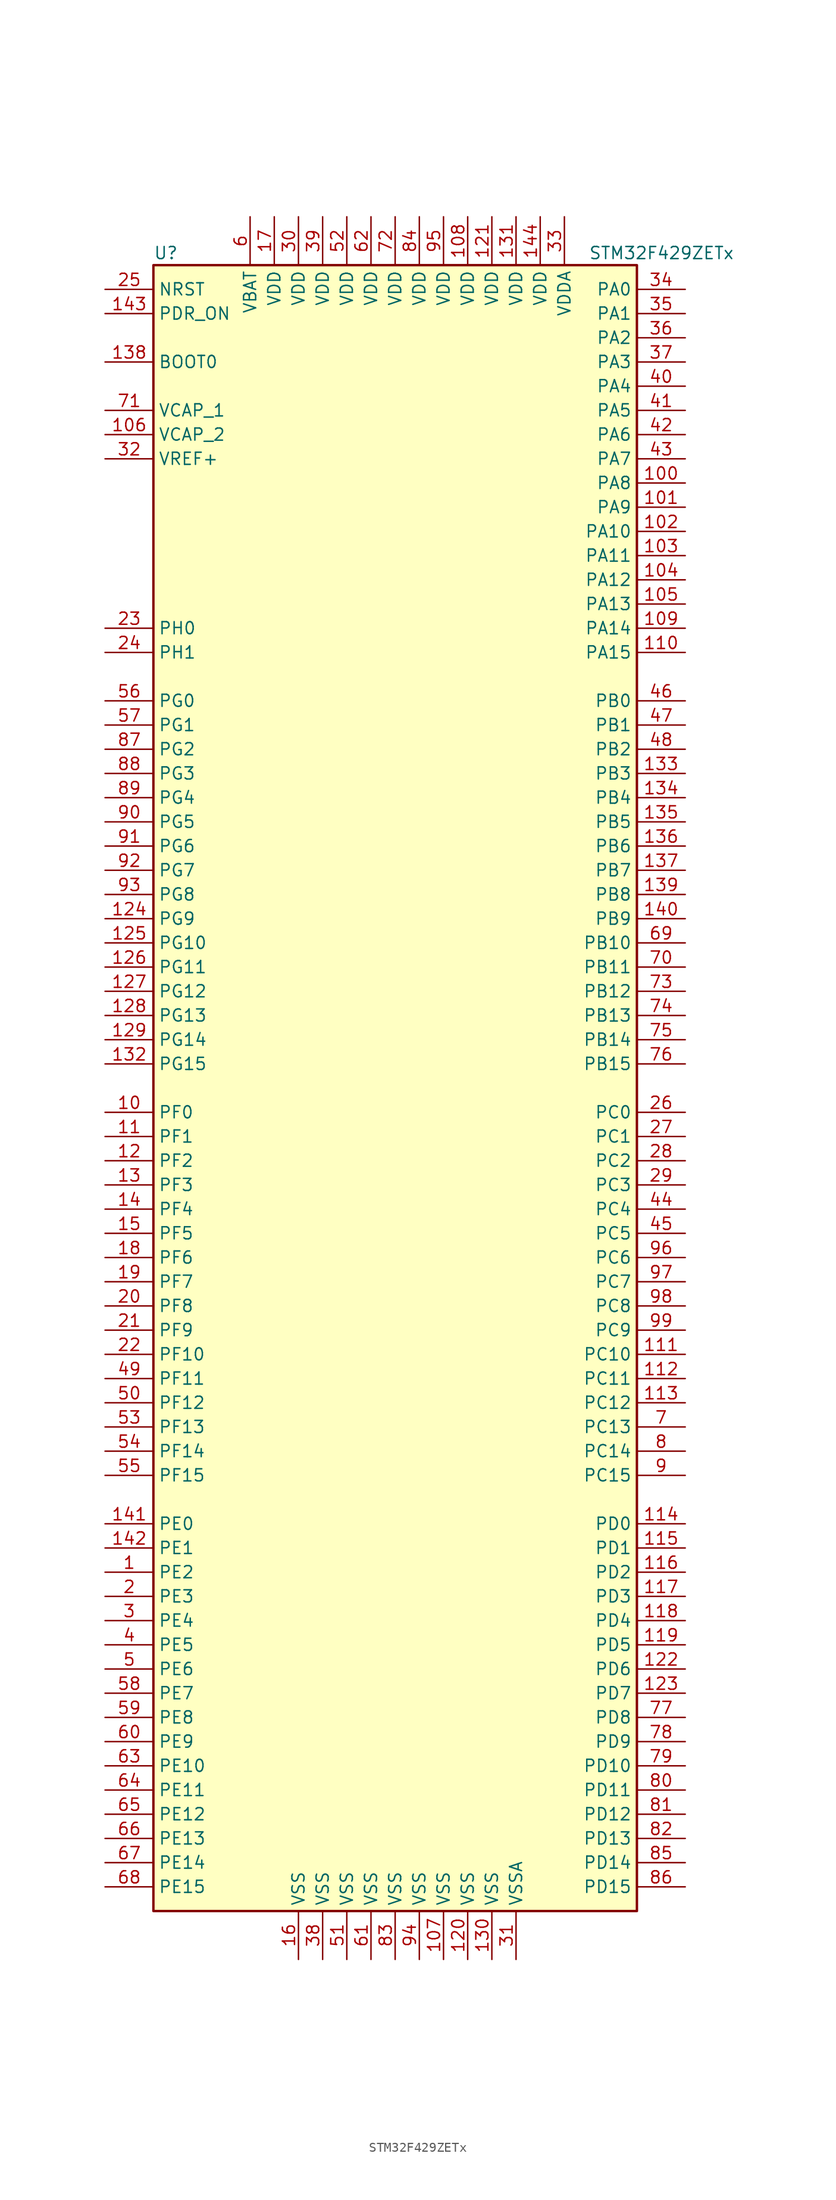
<source format=kicad_sym>
(kicad_symbol_lib
  (version 20201005)
  (generator kicad_symbol_editor)
  (symbol "STM32F429ZETx"
    (property "Reference" "U"
      (at -25.4 87.63 0)
      (effects (font (size 1.27 1.27)) (justify left)))
    (property "Value" "STM32F429ZETx"
      (at 20.32 87.63 0)
      (effects (font (size 1.27 1.27)) (justify left)))
    (symbol "STM32F429ZETx_0_1"
      (rectangle (start -25.4 -86.36) (end 25.4 86.36) (stroke (width 0.254)) (fill (type background))))
    (symbol "STM32F429ZETx_1_1"
      (pin input line (at -30.48 76.2 0) (length 5.08) (name "BOOT0" (effects (font (size 1.27 1.27)))) (number "138" (effects (font (size 1.27 1.27)))))
      (pin input line (at -30.48 83.82 0) (length 5.08) (name "NRST" (effects (font (size 1.27 1.27)))) (number "25" (effects (font (size 1.27 1.27)))))
      (pin bidirectional line (at 30.48 83.82 180) (length 5.08) (name "PA0" (effects (font (size 1.27 1.27)))) (number "34" (effects (font (size 1.27 1.27)))))
      (pin bidirectional line (at 30.48 81.28 180) (length 5.08) (name "PA1" (effects (font (size 1.27 1.27)))) (number "35" (effects (font (size 1.27 1.27)))))
      (pin bidirectional line (at 30.48 58.42 180) (length 5.08) (name "PA10" (effects (font (size 1.27 1.27)))) (number "102" (effects (font (size 1.27 1.27)))))
      (pin bidirectional line (at 30.48 55.88 180) (length 5.08) (name "PA11" (effects (font (size 1.27 1.27)))) (number "103" (effects (font (size 1.27 1.27)))))
      (pin bidirectional line (at 30.48 53.34 180) (length 5.08) (name "PA12" (effects (font (size 1.27 1.27)))) (number "104" (effects (font (size 1.27 1.27)))))
      (pin bidirectional line (at 30.48 50.8 180) (length 5.08) (name "PA13" (effects (font (size 1.27 1.27)))) (number "105" (effects (font (size 1.27 1.27)))))
      (pin bidirectional line (at 30.48 48.26 180) (length 5.08) (name "PA14" (effects (font (size 1.27 1.27)))) (number "109" (effects (font (size 1.27 1.27)))))
      (pin bidirectional line (at 30.48 45.72 180) (length 5.08) (name "PA15" (effects (font (size 1.27 1.27)))) (number "110" (effects (font (size 1.27 1.27)))))
      (pin bidirectional line (at 30.48 78.74 180) (length 5.08) (name "PA2" (effects (font (size 1.27 1.27)))) (number "36" (effects (font (size 1.27 1.27)))))
      (pin bidirectional line (at 30.48 76.2 180) (length 5.08) (name "PA3" (effects (font (size 1.27 1.27)))) (number "37" (effects (font (size 1.27 1.27)))))
      (pin bidirectional line (at 30.48 73.66 180) (length 5.08) (name "PA4" (effects (font (size 1.27 1.27)))) (number "40" (effects (font (size 1.27 1.27)))))
      (pin bidirectional line (at 30.48 71.12 180) (length 5.08) (name "PA5" (effects (font (size 1.27 1.27)))) (number "41" (effects (font (size 1.27 1.27)))))
      (pin bidirectional line (at 30.48 68.58 180) (length 5.08) (name "PA6" (effects (font (size 1.27 1.27)))) (number "42" (effects (font (size 1.27 1.27)))))
      (pin bidirectional line (at 30.48 66.04 180) (length 5.08) (name "PA7" (effects (font (size 1.27 1.27)))) (number "43" (effects (font (size 1.27 1.27)))))
      (pin bidirectional line (at 30.48 63.5 180) (length 5.08) (name "PA8" (effects (font (size 1.27 1.27)))) (number "100" (effects (font (size 1.27 1.27)))))
      (pin bidirectional line (at 30.48 60.96 180) (length 5.08) (name "PA9" (effects (font (size 1.27 1.27)))) (number "101" (effects (font (size 1.27 1.27)))))
      (pin bidirectional line (at 30.48 40.64 180) (length 5.08) (name "PB0" (effects (font (size 1.27 1.27)))) (number "46" (effects (font (size 1.27 1.27)))))
      (pin bidirectional line (at 30.48 38.1 180) (length 5.08) (name "PB1" (effects (font (size 1.27 1.27)))) (number "47" (effects (font (size 1.27 1.27)))))
      (pin bidirectional line (at 30.48 15.24 180) (length 5.08) (name "PB10" (effects (font (size 1.27 1.27)))) (number "69" (effects (font (size 1.27 1.27)))))
      (pin bidirectional line (at 30.48 12.7 180) (length 5.08) (name "PB11" (effects (font (size 1.27 1.27)))) (number "70" (effects (font (size 1.27 1.27)))))
      (pin bidirectional line (at 30.48 10.16 180) (length 5.08) (name "PB12" (effects (font (size 1.27 1.27)))) (number "73" (effects (font (size 1.27 1.27)))))
      (pin bidirectional line (at 30.48 7.62 180) (length 5.08) (name "PB13" (effects (font (size 1.27 1.27)))) (number "74" (effects (font (size 1.27 1.27)))))
      (pin bidirectional line (at 30.48 5.08 180) (length 5.08) (name "PB14" (effects (font (size 1.27 1.27)))) (number "75" (effects (font (size 1.27 1.27)))))
      (pin bidirectional line (at 30.48 2.54 180) (length 5.08) (name "PB15" (effects (font (size 1.27 1.27)))) (number "76" (effects (font (size 1.27 1.27)))))
      (pin bidirectional line (at 30.48 35.56 180) (length 5.08) (name "PB2" (effects (font (size 1.27 1.27)))) (number "48" (effects (font (size 1.27 1.27)))))
      (pin bidirectional line (at 30.48 33.02 180) (length 5.08) (name "PB3" (effects (font (size 1.27 1.27)))) (number "133" (effects (font (size 1.27 1.27)))))
      (pin bidirectional line (at 30.48 30.48 180) (length 5.08) (name "PB4" (effects (font (size 1.27 1.27)))) (number "134" (effects (font (size 1.27 1.27)))))
      (pin bidirectional line (at 30.48 27.94 180) (length 5.08) (name "PB5" (effects (font (size 1.27 1.27)))) (number "135" (effects (font (size 1.27 1.27)))))
      (pin bidirectional line (at 30.48 25.4 180) (length 5.08) (name "PB6" (effects (font (size 1.27 1.27)))) (number "136" (effects (font (size 1.27 1.27)))))
      (pin bidirectional line (at 30.48 22.86 180) (length 5.08) (name "PB7" (effects (font (size 1.27 1.27)))) (number "137" (effects (font (size 1.27 1.27)))))
      (pin bidirectional line (at 30.48 20.32 180) (length 5.08) (name "PB8" (effects (font (size 1.27 1.27)))) (number "139" (effects (font (size 1.27 1.27)))))
      (pin bidirectional line (at 30.48 17.78 180) (length 5.08) (name "PB9" (effects (font (size 1.27 1.27)))) (number "140" (effects (font (size 1.27 1.27)))))
      (pin bidirectional line (at 30.48 -2.54 180) (length 5.08) (name "PC0" (effects (font (size 1.27 1.27)))) (number "26" (effects (font (size 1.27 1.27)))))
      (pin bidirectional line (at 30.48 -5.08 180) (length 5.08) (name "PC1" (effects (font (size 1.27 1.27)))) (number "27" (effects (font (size 1.27 1.27)))))
      (pin bidirectional line (at 30.48 -27.94 180) (length 5.08) (name "PC10" (effects (font (size 1.27 1.27)))) (number "111" (effects (font (size 1.27 1.27)))))
      (pin bidirectional line (at 30.48 -30.48 180) (length 5.08) (name "PC11" (effects (font (size 1.27 1.27)))) (number "112" (effects (font (size 1.27 1.27)))))
      (pin bidirectional line (at 30.48 -33.02 180) (length 5.08) (name "PC12" (effects (font (size 1.27 1.27)))) (number "113" (effects (font (size 1.27 1.27)))))
      (pin bidirectional line (at 30.48 -35.56 180) (length 5.08) (name "PC13" (effects (font (size 1.27 1.27)))) (number "7" (effects (font (size 1.27 1.27)))))
      (pin bidirectional line (at 30.48 -38.1 180) (length 5.08) (name "PC14" (effects (font (size 1.27 1.27)))) (number "8" (effects (font (size 1.27 1.27)))))
      (pin bidirectional line (at 30.48 -40.64 180) (length 5.08) (name "PC15" (effects (font (size 1.27 1.27)))) (number "9" (effects (font (size 1.27 1.27)))))
      (pin bidirectional line (at 30.48 -7.62 180) (length 5.08) (name "PC2" (effects (font (size 1.27 1.27)))) (number "28" (effects (font (size 1.27 1.27)))))
      (pin bidirectional line (at 30.48 -10.16 180) (length 5.08) (name "PC3" (effects (font (size 1.27 1.27)))) (number "29" (effects (font (size 1.27 1.27)))))
      (pin bidirectional line (at 30.48 -12.7 180) (length 5.08) (name "PC4" (effects (font (size 1.27 1.27)))) (number "44" (effects (font (size 1.27 1.27)))))
      (pin bidirectional line (at 30.48 -15.24 180) (length 5.08) (name "PC5" (effects (font (size 1.27 1.27)))) (number "45" (effects (font (size 1.27 1.27)))))
      (pin bidirectional line (at 30.48 -17.78 180) (length 5.08) (name "PC6" (effects (font (size 1.27 1.27)))) (number "96" (effects (font (size 1.27 1.27)))))
      (pin bidirectional line (at 30.48 -20.32 180) (length 5.08) (name "PC7" (effects (font (size 1.27 1.27)))) (number "97" (effects (font (size 1.27 1.27)))))
      (pin bidirectional line (at 30.48 -22.86 180) (length 5.08) (name "PC8" (effects (font (size 1.27 1.27)))) (number "98" (effects (font (size 1.27 1.27)))))
      (pin bidirectional line (at 30.48 -25.4 180) (length 5.08) (name "PC9" (effects (font (size 1.27 1.27)))) (number "99" (effects (font (size 1.27 1.27)))))
      (pin bidirectional line (at 30.48 -45.72 180) (length 5.08) (name "PD0" (effects (font (size 1.27 1.27)))) (number "114" (effects (font (size 1.27 1.27)))))
      (pin bidirectional line (at 30.48 -48.26 180) (length 5.08) (name "PD1" (effects (font (size 1.27 1.27)))) (number "115" (effects (font (size 1.27 1.27)))))
      (pin bidirectional line (at 30.48 -71.12 180) (length 5.08) (name "PD10" (effects (font (size 1.27 1.27)))) (number "79" (effects (font (size 1.27 1.27)))))
      (pin bidirectional line (at 30.48 -73.66 180) (length 5.08) (name "PD11" (effects (font (size 1.27 1.27)))) (number "80" (effects (font (size 1.27 1.27)))))
      (pin bidirectional line (at 30.48 -76.2 180) (length 5.08) (name "PD12" (effects (font (size 1.27 1.27)))) (number "81" (effects (font (size 1.27 1.27)))))
      (pin bidirectional line (at 30.48 -78.74 180) (length 5.08) (name "PD13" (effects (font (size 1.27 1.27)))) (number "82" (effects (font (size 1.27 1.27)))))
      (pin bidirectional line (at 30.48 -81.28 180) (length 5.08) (name "PD14" (effects (font (size 1.27 1.27)))) (number "85" (effects (font (size 1.27 1.27)))))
      (pin bidirectional line (at 30.48 -83.82 180) (length 5.08) (name "PD15" (effects (font (size 1.27 1.27)))) (number "86" (effects (font (size 1.27 1.27)))))
      (pin bidirectional line (at 30.48 -50.8 180) (length 5.08) (name "PD2" (effects (font (size 1.27 1.27)))) (number "116" (effects (font (size 1.27 1.27)))))
      (pin bidirectional line (at 30.48 -53.34 180) (length 5.08) (name "PD3" (effects (font (size 1.27 1.27)))) (number "117" (effects (font (size 1.27 1.27)))))
      (pin bidirectional line (at 30.48 -55.88 180) (length 5.08) (name "PD4" (effects (font (size 1.27 1.27)))) (number "118" (effects (font (size 1.27 1.27)))))
      (pin bidirectional line (at 30.48 -58.42 180) (length 5.08) (name "PD5" (effects (font (size 1.27 1.27)))) (number "119" (effects (font (size 1.27 1.27)))))
      (pin bidirectional line (at 30.48 -60.96 180) (length 5.08) (name "PD6" (effects (font (size 1.27 1.27)))) (number "122" (effects (font (size 1.27 1.27)))))
      (pin bidirectional line (at 30.48 -63.5 180) (length 5.08) (name "PD7" (effects (font (size 1.27 1.27)))) (number "123" (effects (font (size 1.27 1.27)))))
      (pin bidirectional line (at 30.48 -66.04 180) (length 5.08) (name "PD8" (effects (font (size 1.27 1.27)))) (number "77" (effects (font (size 1.27 1.27)))))
      (pin bidirectional line (at 30.48 -68.58 180) (length 5.08) (name "PD9" (effects (font (size 1.27 1.27)))) (number "78" (effects (font (size 1.27 1.27)))))
      (pin input line (at -30.48 81.28 0) (length 5.08) (name "PDR_ON" (effects (font (size 1.27 1.27)))) (number "143" (effects (font (size 1.27 1.27)))))
      (pin bidirectional line (at -30.48 -45.72 0) (length 5.08) (name "PE0" (effects (font (size 1.27 1.27)))) (number "141" (effects (font (size 1.27 1.27)))))
      (pin bidirectional line (at -30.48 -48.26 0) (length 5.08) (name "PE1" (effects (font (size 1.27 1.27)))) (number "142" (effects (font (size 1.27 1.27)))))
      (pin bidirectional line (at -30.48 -71.12 0) (length 5.08) (name "PE10" (effects (font (size 1.27 1.27)))) (number "63" (effects (font (size 1.27 1.27)))))
      (pin bidirectional line (at -30.48 -73.66 0) (length 5.08) (name "PE11" (effects (font (size 1.27 1.27)))) (number "64" (effects (font (size 1.27 1.27)))))
      (pin bidirectional line (at -30.48 -76.2 0) (length 5.08) (name "PE12" (effects (font (size 1.27 1.27)))) (number "65" (effects (font (size 1.27 1.27)))))
      (pin bidirectional line (at -30.48 -78.74 0) (length 5.08) (name "PE13" (effects (font (size 1.27 1.27)))) (number "66" (effects (font (size 1.27 1.27)))))
      (pin bidirectional line (at -30.48 -81.28 0) (length 5.08) (name "PE14" (effects (font (size 1.27 1.27)))) (number "67" (effects (font (size 1.27 1.27)))))
      (pin bidirectional line (at -30.48 -83.82 0) (length 5.08) (name "PE15" (effects (font (size 1.27 1.27)))) (number "68" (effects (font (size 1.27 1.27)))))
      (pin bidirectional line (at -30.48 -50.8 0) (length 5.08) (name "PE2" (effects (font (size 1.27 1.27)))) (number "1" (effects (font (size 1.27 1.27)))))
      (pin bidirectional line (at -30.48 -53.34 0) (length 5.08) (name "PE3" (effects (font (size 1.27 1.27)))) (number "2" (effects (font (size 1.27 1.27)))))
      (pin bidirectional line (at -30.48 -55.88 0) (length 5.08) (name "PE4" (effects (font (size 1.27 1.27)))) (number "3" (effects (font (size 1.27 1.27)))))
      (pin bidirectional line (at -30.48 -58.42 0) (length 5.08) (name "PE5" (effects (font (size 1.27 1.27)))) (number "4" (effects (font (size 1.27 1.27)))))
      (pin bidirectional line (at -30.48 -60.96 0) (length 5.08) (name "PE6" (effects (font (size 1.27 1.27)))) (number "5" (effects (font (size 1.27 1.27)))))
      (pin bidirectional line (at -30.48 -63.5 0) (length 5.08) (name "PE7" (effects (font (size 1.27 1.27)))) (number "58" (effects (font (size 1.27 1.27)))))
      (pin bidirectional line (at -30.48 -66.04 0) (length 5.08) (name "PE8" (effects (font (size 1.27 1.27)))) (number "59" (effects (font (size 1.27 1.27)))))
      (pin bidirectional line (at -30.48 -68.58 0) (length 5.08) (name "PE9" (effects (font (size 1.27 1.27)))) (number "60" (effects (font (size 1.27 1.27)))))
      (pin bidirectional line (at -30.48 -2.54 0) (length 5.08) (name "PF0" (effects (font (size 1.27 1.27)))) (number "10" (effects (font (size 1.27 1.27)))))
      (pin bidirectional line (at -30.48 -5.08 0) (length 5.08) (name "PF1" (effects (font (size 1.27 1.27)))) (number "11" (effects (font (size 1.27 1.27)))))
      (pin bidirectional line (at -30.48 -27.94 0) (length 5.08) (name "PF10" (effects (font (size 1.27 1.27)))) (number "22" (effects (font (size 1.27 1.27)))))
      (pin bidirectional line (at -30.48 -30.48 0) (length 5.08) (name "PF11" (effects (font (size 1.27 1.27)))) (number "49" (effects (font (size 1.27 1.27)))))
      (pin bidirectional line (at -30.48 -33.02 0) (length 5.08) (name "PF12" (effects (font (size 1.27 1.27)))) (number "50" (effects (font (size 1.27 1.27)))))
      (pin bidirectional line (at -30.48 -35.56 0) (length 5.08) (name "PF13" (effects (font (size 1.27 1.27)))) (number "53" (effects (font (size 1.27 1.27)))))
      (pin bidirectional line (at -30.48 -38.1 0) (length 5.08) (name "PF14" (effects (font (size 1.27 1.27)))) (number "54" (effects (font (size 1.27 1.27)))))
      (pin bidirectional line (at -30.48 -40.64 0) (length 5.08) (name "PF15" (effects (font (size 1.27 1.27)))) (number "55" (effects (font (size 1.27 1.27)))))
      (pin bidirectional line (at -30.48 -7.62 0) (length 5.08) (name "PF2" (effects (font (size 1.27 1.27)))) (number "12" (effects (font (size 1.27 1.27)))))
      (pin bidirectional line (at -30.48 -10.16 0) (length 5.08) (name "PF3" (effects (font (size 1.27 1.27)))) (number "13" (effects (font (size 1.27 1.27)))))
      (pin bidirectional line (at -30.48 -12.7 0) (length 5.08) (name "PF4" (effects (font (size 1.27 1.27)))) (number "14" (effects (font (size 1.27 1.27)))))
      (pin bidirectional line (at -30.48 -15.24 0) (length 5.08) (name "PF5" (effects (font (size 1.27 1.27)))) (number "15" (effects (font (size 1.27 1.27)))))
      (pin bidirectional line (at -30.48 -17.78 0) (length 5.08) (name "PF6" (effects (font (size 1.27 1.27)))) (number "18" (effects (font (size 1.27 1.27)))))
      (pin bidirectional line (at -30.48 -20.32 0) (length 5.08) (name "PF7" (effects (font (size 1.27 1.27)))) (number "19" (effects (font (size 1.27 1.27)))))
      (pin bidirectional line (at -30.48 -22.86 0) (length 5.08) (name "PF8" (effects (font (size 1.27 1.27)))) (number "20" (effects (font (size 1.27 1.27)))))
      (pin bidirectional line (at -30.48 -25.4 0) (length 5.08) (name "PF9" (effects (font (size 1.27 1.27)))) (number "21" (effects (font (size 1.27 1.27)))))
      (pin bidirectional line (at -30.48 40.64 0) (length 5.08) (name "PG0" (effects (font (size 1.27 1.27)))) (number "56" (effects (font (size 1.27 1.27)))))
      (pin bidirectional line (at -30.48 38.1 0) (length 5.08) (name "PG1" (effects (font (size 1.27 1.27)))) (number "57" (effects (font (size 1.27 1.27)))))
      (pin bidirectional line (at -30.48 15.24 0) (length 5.08) (name "PG10" (effects (font (size 1.27 1.27)))) (number "125" (effects (font (size 1.27 1.27)))))
      (pin bidirectional line (at -30.48 12.7 0) (length 5.08) (name "PG11" (effects (font (size 1.27 1.27)))) (number "126" (effects (font (size 1.27 1.27)))))
      (pin bidirectional line (at -30.48 10.16 0) (length 5.08) (name "PG12" (effects (font (size 1.27 1.27)))) (number "127" (effects (font (size 1.27 1.27)))))
      (pin bidirectional line (at -30.48 7.62 0) (length 5.08) (name "PG13" (effects (font (size 1.27 1.27)))) (number "128" (effects (font (size 1.27 1.27)))))
      (pin bidirectional line (at -30.48 5.08 0) (length 5.08) (name "PG14" (effects (font (size 1.27 1.27)))) (number "129" (effects (font (size 1.27 1.27)))))
      (pin bidirectional line (at -30.48 2.54 0) (length 5.08) (name "PG15" (effects (font (size 1.27 1.27)))) (number "132" (effects (font (size 1.27 1.27)))))
      (pin bidirectional line (at -30.48 35.56 0) (length 5.08) (name "PG2" (effects (font (size 1.27 1.27)))) (number "87" (effects (font (size 1.27 1.27)))))
      (pin bidirectional line (at -30.48 33.02 0) (length 5.08) (name "PG3" (effects (font (size 1.27 1.27)))) (number "88" (effects (font (size 1.27 1.27)))))
      (pin bidirectional line (at -30.48 30.48 0) (length 5.08) (name "PG4" (effects (font (size 1.27 1.27)))) (number "89" (effects (font (size 1.27 1.27)))))
      (pin bidirectional line (at -30.48 27.94 0) (length 5.08) (name "PG5" (effects (font (size 1.27 1.27)))) (number "90" (effects (font (size 1.27 1.27)))))
      (pin bidirectional line (at -30.48 25.4 0) (length 5.08) (name "PG6" (effects (font (size 1.27 1.27)))) (number "91" (effects (font (size 1.27 1.27)))))
      (pin bidirectional line (at -30.48 22.86 0) (length 5.08) (name "PG7" (effects (font (size 1.27 1.27)))) (number "92" (effects (font (size 1.27 1.27)))))
      (pin bidirectional line (at -30.48 20.32 0) (length 5.08) (name "PG8" (effects (font (size 1.27 1.27)))) (number "93" (effects (font (size 1.27 1.27)))))
      (pin bidirectional line (at -30.48 17.78 0) (length 5.08) (name "PG9" (effects (font (size 1.27 1.27)))) (number "124" (effects (font (size 1.27 1.27)))))
      (pin input line (at -30.48 48.26 0) (length 5.08) (name "PH0" (effects (font (size 1.27 1.27)))) (number "23" (effects (font (size 1.27 1.27)))))
      (pin input line (at -30.48 45.72 0) (length 5.08) (name "PH1" (effects (font (size 1.27 1.27)))) (number "24" (effects (font (size 1.27 1.27)))))
      (pin power_in line (at -15.24 91.44 270) (length 5.08) (name "VBAT" (effects (font (size 1.27 1.27)))) (number "6" (effects (font (size 1.27 1.27)))))
      (pin power_in line (at -30.48 71.12 0) (length 5.08) (name "VCAP_1" (effects (font (size 1.27 1.27)))) (number "71" (effects (font (size 1.27 1.27)))))
      (pin power_in line (at -30.48 68.58 0) (length 5.08) (name "VCAP_2" (effects (font (size 1.27 1.27)))) (number "106" (effects (font (size 1.27 1.27)))))
      (pin power_in line (at 7.62 91.44 270) (length 5.08) (name "VDD" (effects (font (size 1.27 1.27)))) (number "108" (effects (font (size 1.27 1.27)))))
      (pin power_in line (at 10.16 91.44 270) (length 5.08) (name "VDD" (effects (font (size 1.27 1.27)))) (number "121" (effects (font (size 1.27 1.27)))))
      (pin power_in line (at 12.7 91.44 270) (length 5.08) (name "VDD" (effects (font (size 1.27 1.27)))) (number "131" (effects (font (size 1.27 1.27)))))
      (pin power_in line (at 15.24 91.44 270) (length 5.08) (name "VDD" (effects (font (size 1.27 1.27)))) (number "144" (effects (font (size 1.27 1.27)))))
      (pin power_in line (at -12.7 91.44 270) (length 5.08) (name "VDD" (effects (font (size 1.27 1.27)))) (number "17" (effects (font (size 1.27 1.27)))))
      (pin power_in line (at -10.16 91.44 270) (length 5.08) (name "VDD" (effects (font (size 1.27 1.27)))) (number "30" (effects (font (size 1.27 1.27)))))
      (pin power_in line (at -7.62 91.44 270) (length 5.08) (name "VDD" (effects (font (size 1.27 1.27)))) (number "39" (effects (font (size 1.27 1.27)))))
      (pin power_in line (at -5.08 91.44 270) (length 5.08) (name "VDD" (effects (font (size 1.27 1.27)))) (number "52" (effects (font (size 1.27 1.27)))))
      (pin power_in line (at -2.54 91.44 270) (length 5.08) (name "VDD" (effects (font (size 1.27 1.27)))) (number "62" (effects (font (size 1.27 1.27)))))
      (pin power_in line (at 0 91.44 270) (length 5.08) (name "VDD" (effects (font (size 1.27 1.27)))) (number "72" (effects (font (size 1.27 1.27)))))
      (pin power_in line (at 2.54 91.44 270) (length 5.08) (name "VDD" (effects (font (size 1.27 1.27)))) (number "84" (effects (font (size 1.27 1.27)))))
      (pin power_in line (at 5.08 91.44 270) (length 5.08) (name "VDD" (effects (font (size 1.27 1.27)))) (number "95" (effects (font (size 1.27 1.27)))))
      (pin power_in line (at 17.78 91.44 270) (length 5.08) (name "VDDA" (effects (font (size 1.27 1.27)))) (number "33" (effects (font (size 1.27 1.27)))))
      (pin power_in line (at -30.48 66.04 0) (length 5.08) (name "VREF+" (effects (font (size 1.27 1.27)))) (number "32" (effects (font (size 1.27 1.27)))))
      (pin power_in line (at 5.08 -91.44 90) (length 5.08) (name "VSS" (effects (font (size 1.27 1.27)))) (number "107" (effects (font (size 1.27 1.27)))))
      (pin power_in line (at 7.62 -91.44 90) (length 5.08) (name "VSS" (effects (font (size 1.27 1.27)))) (number "120" (effects (font (size 1.27 1.27)))))
      (pin power_in line (at 10.16 -91.44 90) (length 5.08) (name "VSS" (effects (font (size 1.27 1.27)))) (number "130" (effects (font (size 1.27 1.27)))))
      (pin power_in line (at -10.16 -91.44 90) (length 5.08) (name "VSS" (effects (font (size 1.27 1.27)))) (number "16" (effects (font (size 1.27 1.27)))))
      (pin power_in line (at -7.62 -91.44 90) (length 5.08) (name "VSS" (effects (font (size 1.27 1.27)))) (number "38" (effects (font (size 1.27 1.27)))))
      (pin power_in line (at -5.08 -91.44 90) (length 5.08) (name "VSS" (effects (font (size 1.27 1.27)))) (number "51" (effects (font (size 1.27 1.27)))))
      (pin power_in line (at -2.54 -91.44 90) (length 5.08) (name "VSS" (effects (font (size 1.27 1.27)))) (number "61" (effects (font (size 1.27 1.27)))))
      (pin power_in line (at 0 -91.44 90) (length 5.08) (name "VSS" (effects (font (size 1.27 1.27)))) (number "83" (effects (font (size 1.27 1.27)))))
      (pin power_in line (at 2.54 -91.44 90) (length 5.08) (name "VSS" (effects (font (size 1.27 1.27)))) (number "94" (effects (font (size 1.27 1.27)))))
      (pin power_in line (at 12.7 -91.44 90) (length 5.08) (name "VSSA" (effects (font (size 1.27 1.27)))) (number "31" (effects (font (size 1.27 1.27))))))))
</source>
